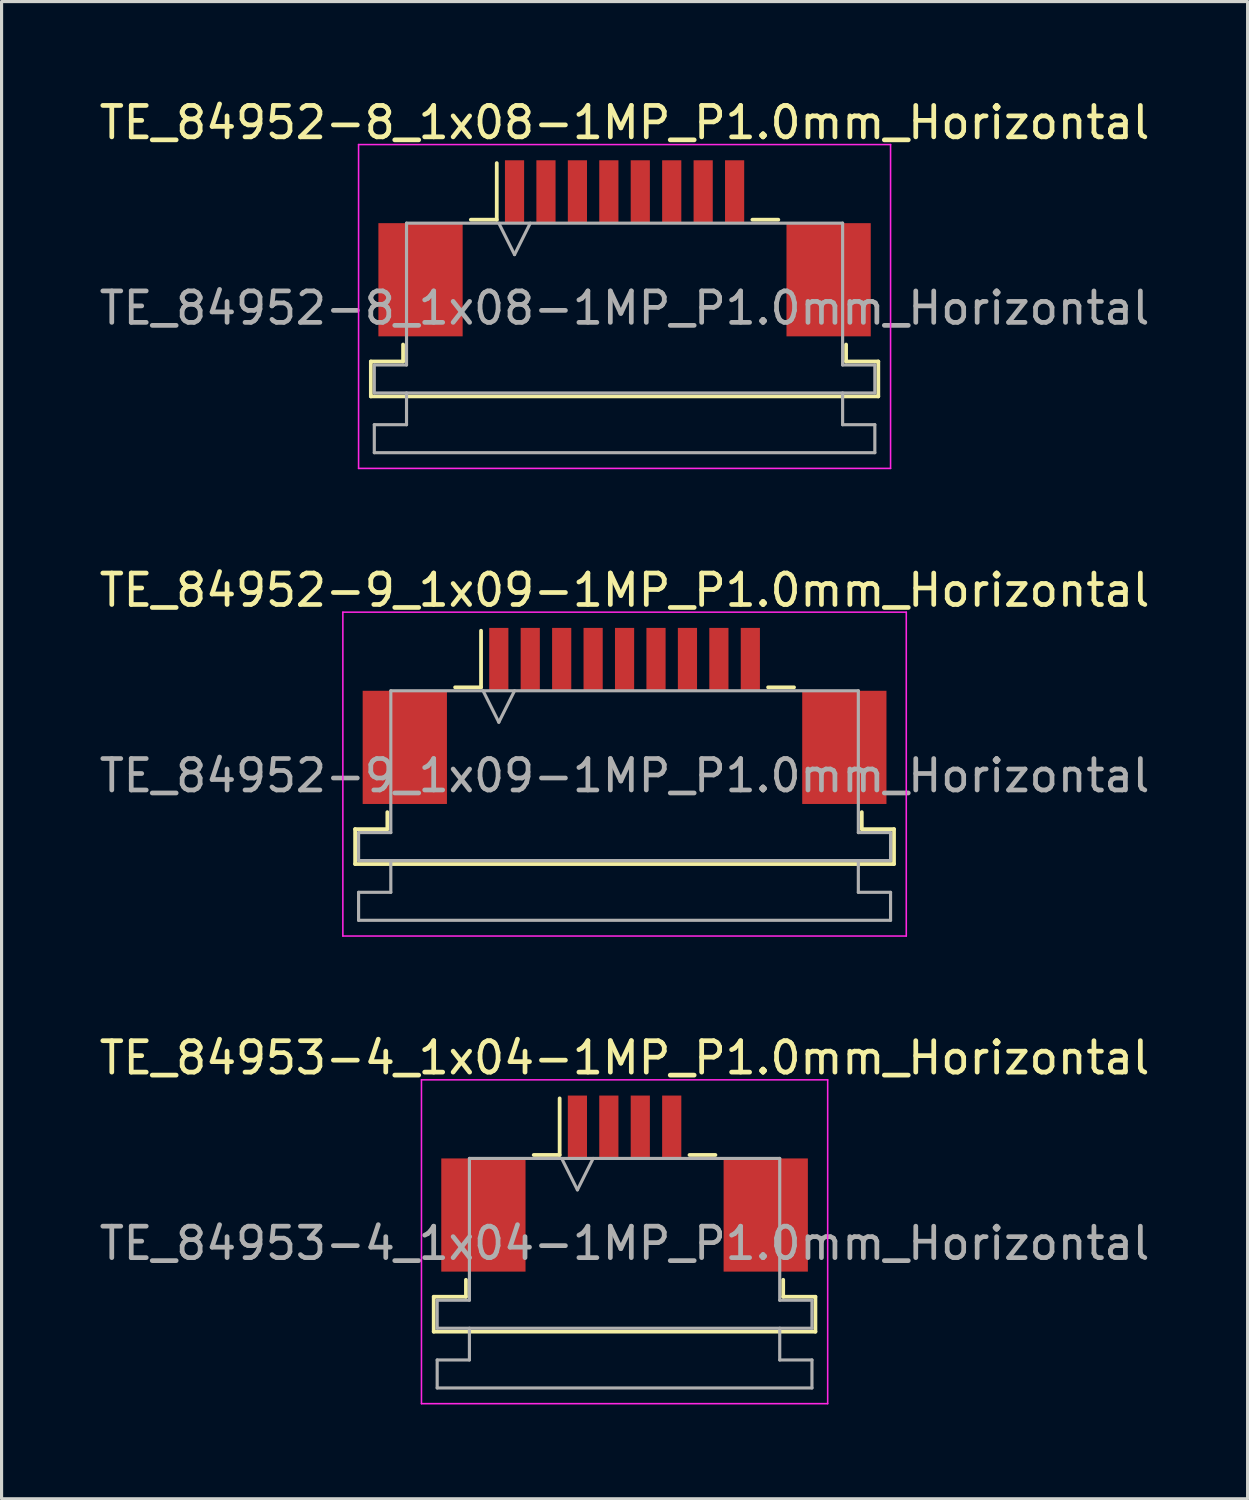
<source format=kicad_pcb>
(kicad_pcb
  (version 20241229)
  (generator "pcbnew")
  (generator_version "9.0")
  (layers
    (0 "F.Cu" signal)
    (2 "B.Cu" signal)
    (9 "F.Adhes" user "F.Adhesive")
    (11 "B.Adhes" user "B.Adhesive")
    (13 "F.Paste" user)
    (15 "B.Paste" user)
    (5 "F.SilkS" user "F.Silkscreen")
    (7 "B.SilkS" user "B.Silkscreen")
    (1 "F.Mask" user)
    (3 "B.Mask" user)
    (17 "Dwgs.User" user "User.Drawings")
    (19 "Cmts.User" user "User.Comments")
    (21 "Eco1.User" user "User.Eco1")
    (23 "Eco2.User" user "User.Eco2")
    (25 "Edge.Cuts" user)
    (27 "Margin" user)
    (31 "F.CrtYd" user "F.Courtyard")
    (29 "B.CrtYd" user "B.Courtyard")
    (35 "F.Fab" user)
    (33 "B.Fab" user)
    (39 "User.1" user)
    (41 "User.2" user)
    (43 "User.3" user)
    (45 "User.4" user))
  (footprint "TE_84952-9_1x09-1MP_P1.0mm_Horizontal"
    (layer "F.Cu")
    (at 16.815 19.721)
    (property "Reference" "TE_84952-9_1x09-1MP_P1.0mm_Horizontal" (at 0 -4 0) (layer "F.SilkS") (effects (font (size 1 1) (thickness 0.15))))
    (attr smd)
    (fp_line (start -8.57 3.6) (end -7.545 3.6) (stroke (width 0.12) (type solid)) (layer "F.SilkS"))
    (fp_line (start -8.57 4.71) (end -8.57 3.6) (stroke (width 0.12) (type solid)) (layer "F.SilkS"))
    (fp_line (start -7.545 3.6) (end -7.545 3.06) (stroke (width 0.12) (type solid)) (layer "F.SilkS"))
    (fp_line (start -5.39 -0.91) (end -4.565 -0.91) (stroke (width 0.12) (type solid)) (layer "F.SilkS"))
    (fp_line (start -4.565 -0.91) (end -4.565 -2.71) (stroke (width 0.12) (type solid)) (layer "F.SilkS"))
    (fp_line (start 4.565 -0.91) (end 5.39 -0.91) (stroke (width 0.12) (type solid)) (layer "F.SilkS"))
    (fp_line (start 7.545 3.06) (end 7.545 3.6) (stroke (width 0.12) (type solid)) (layer "F.SilkS"))
    (fp_line (start 7.545 3.6) (end 8.57 3.6) (stroke (width 0.12) (type solid)) (layer "F.SilkS"))
    (fp_line (start 8.57 3.6) (end 8.57 4.71) (stroke (width 0.12) (type solid)) (layer "F.SilkS"))
    (fp_line (start 8.57 4.71) (end -8.57 4.71) (stroke (width 0.12) (type solid)) (layer "F.SilkS"))
    (fp_line (start -8.96 -3.3) (end -8.96 7) (stroke (width 0.05) (type solid)) (layer "F.CrtYd"))
    (fp_line (start -8.96 7) (end 8.96 7) (stroke (width 0.05) (type solid)) (layer "F.CrtYd"))
    (fp_line (start 8.96 -3.3) (end -8.96 -3.3) (stroke (width 0.05) (type solid)) (layer "F.CrtYd"))
    (fp_line (start 8.96 7) (end 8.96 -3.3) (stroke (width 0.05) (type solid)) (layer "F.CrtYd"))
    (fp_line (start -8.46 3.71) (end -7.435 3.71) (stroke (width 0.1) (type solid)) (layer "F.Fab"))
    (fp_line (start -8.46 4.6) (end -8.46 3.71) (stroke (width 0.1) (type solid)) (layer "F.Fab"))
    (fp_line (start -8.46 5.61) (end -7.435 5.61) (stroke (width 0.1) (type solid)) (layer "F.Fab"))
    (fp_line (start -8.46 6.5) (end -8.46 5.61) (stroke (width 0.1) (type solid)) (layer "F.Fab"))
    (fp_line (start -7.435 -0.8) (end 7.435 -0.8) (stroke (width 0.1) (type solid)) (layer "F.Fab"))
    (fp_line (start -7.435 3.71) (end -7.435 -0.8) (stroke (width 0.1) (type solid)) (layer "F.Fab"))
    (fp_line (start -7.435 5.61) (end -7.435 4.6) (stroke (width 0.1) (type solid)) (layer "F.Fab"))
    (fp_line (start -4.5 -0.8) (end -4 0.2) (stroke (width 0.1) (type solid)) (layer "F.Fab"))
    (fp_line (start -4 0.2) (end -3.5 -0.8) (stroke (width 0.1) (type solid)) (layer "F.Fab"))
    (fp_line (start 7.435 -0.8) (end 7.435 3.71) (stroke (width 0.1) (type solid)) (layer "F.Fab"))
    (fp_line (start 7.435 3.71) (end 8.46 3.71) (stroke (width 0.1) (type solid)) (layer "F.Fab"))
    (fp_line (start 7.435 4.6) (end 7.435 5.61) (stroke (width 0.1) (type solid)) (layer "F.Fab"))
    (fp_line (start 7.435 5.61) (end 8.46 5.61) (stroke (width 0.1) (type solid)) (layer "F.Fab"))
    (fp_line (start 8.46 3.71) (end 8.46 4.6) (stroke (width 0.1) (type solid)) (layer "F.Fab"))
    (fp_line (start 8.46 4.6) (end -8.46 4.6) (stroke (width 0.1) (type solid)) (layer "F.Fab"))
    (fp_line (start 8.46 5.61) (end 8.46 6.5) (stroke (width 0.1) (type solid)) (layer "F.Fab"))
    (fp_line (start 8.46 6.5) (end -8.46 6.5) (stroke (width 0.1) (type solid)) (layer "F.Fab"))
    (fp_text user "${REFERENCE}" (at 0 1.9 0) (layer "F.Fab") (effects (font (size 1 1) (thickness 0.15))))
    (pad "1" smd rect (at -4 -1.8) (size 0.61 2) (layers "F.Cu" "F.Mask" "F.Paste"))
    (pad "2" smd rect (at -3 -1.8) (size 0.61 2) (layers "F.Cu" "F.Mask" "F.Paste"))
    (pad "3" smd rect (at -2 -1.8) (size 0.61 2) (layers "F.Cu" "F.Mask" "F.Paste"))
    (pad "4" smd rect (at -1 -1.8) (size 0.61 2) (layers "F.Cu" "F.Mask" "F.Paste"))
    (pad "5" smd rect (at 0 -1.8) (size 0.61 2) (layers "F.Cu" "F.Mask" "F.Paste"))
    (pad "6" smd rect (at 1 -1.8) (size 0.61 2) (layers "F.Cu" "F.Mask" "F.Paste"))
    (pad "7" smd rect (at 2 -1.8) (size 0.61 2) (layers "F.Cu" "F.Mask" "F.Paste"))
    (pad "8" smd rect (at 3 -1.8) (size 0.61 2) (layers "F.Cu" "F.Mask" "F.Paste"))
    (pad "9" smd rect (at 4 -1.8) (size 0.61 2) (layers "F.Cu" "F.Mask" "F.Paste"))
    (pad "MP" smd rect (at -6.99 1) (size 2.68 3.6) (layers "F.Cu" "F.Mask" "F.Paste"))
    (pad "MP" smd rect (at 6.99 1) (size 2.68 3.6) (layers "F.Cu" "F.Mask" "F.Paste")))
  (footprint "TE_84952-8_1x08-1MP_P1.0mm_Horizontal"
    (layer "F.Cu")
    (at 16.815 4.848)
    (property "Reference" "TE_84952-8_1x08-1MP_P1.0mm_Horizontal" (at 0 -4 0) (layer "F.SilkS") (effects (font (size 1 1) (thickness 0.15))))
    (attr smd)
    (fp_line (start -8.07 3.6) (end -7.045 3.6) (stroke (width 0.12) (type solid)) (layer "F.SilkS"))
    (fp_line (start -8.07 4.71) (end -8.07 3.6) (stroke (width 0.12) (type solid)) (layer "F.SilkS"))
    (fp_line (start -7.045 3.6) (end -7.045 3.06) (stroke (width 0.12) (type solid)) (layer "F.SilkS"))
    (fp_line (start -4.89 -0.91) (end -4.065 -0.91) (stroke (width 0.12) (type solid)) (layer "F.SilkS"))
    (fp_line (start -4.065 -0.91) (end -4.065 -2.71) (stroke (width 0.12) (type solid)) (layer "F.SilkS"))
    (fp_line (start 4.065 -0.91) (end 4.89 -0.91) (stroke (width 0.12) (type solid)) (layer "F.SilkS"))
    (fp_line (start 7.045 3.06) (end 7.045 3.6) (stroke (width 0.12) (type solid)) (layer "F.SilkS"))
    (fp_line (start 7.045 3.6) (end 8.07 3.6) (stroke (width 0.12) (type solid)) (layer "F.SilkS"))
    (fp_line (start 8.07 3.6) (end 8.07 4.71) (stroke (width 0.12) (type solid)) (layer "F.SilkS"))
    (fp_line (start 8.07 4.71) (end -8.07 4.71) (stroke (width 0.12) (type solid)) (layer "F.SilkS"))
    (fp_line (start -8.46 -3.3) (end -8.46 7) (stroke (width 0.05) (type solid)) (layer "F.CrtYd"))
    (fp_line (start -8.46 7) (end 8.46 7) (stroke (width 0.05) (type solid)) (layer "F.CrtYd"))
    (fp_line (start 8.46 -3.3) (end -8.46 -3.3) (stroke (width 0.05) (type solid)) (layer "F.CrtYd"))
    (fp_line (start 8.46 7) (end 8.46 -3.3) (stroke (width 0.05) (type solid)) (layer "F.CrtYd"))
    (fp_line (start -7.96 3.71) (end -6.935 3.71) (stroke (width 0.1) (type solid)) (layer "F.Fab"))
    (fp_line (start -7.96 4.6) (end -7.96 3.71) (stroke (width 0.1) (type solid)) (layer "F.Fab"))
    (fp_line (start -7.96 5.61) (end -6.935 5.61) (stroke (width 0.1) (type solid)) (layer "F.Fab"))
    (fp_line (start -7.96 6.5) (end -7.96 5.61) (stroke (width 0.1) (type solid)) (layer "F.Fab"))
    (fp_line (start -6.935 -0.8) (end 6.935 -0.8) (stroke (width 0.1) (type solid)) (layer "F.Fab"))
    (fp_line (start -6.935 3.71) (end -6.935 -0.8) (stroke (width 0.1) (type solid)) (layer "F.Fab"))
    (fp_line (start -6.935 5.61) (end -6.935 4.6) (stroke (width 0.1) (type solid)) (layer "F.Fab"))
    (fp_line (start -4 -0.8) (end -3.5 0.2) (stroke (width 0.1) (type solid)) (layer "F.Fab"))
    (fp_line (start -3.5 0.2) (end -3 -0.8) (stroke (width 0.1) (type solid)) (layer "F.Fab"))
    (fp_line (start 6.935 -0.8) (end 6.935 3.71) (stroke (width 0.1) (type solid)) (layer "F.Fab"))
    (fp_line (start 6.935 3.71) (end 7.96 3.71) (stroke (width 0.1) (type solid)) (layer "F.Fab"))
    (fp_line (start 6.935 4.6) (end 6.935 5.61) (stroke (width 0.1) (type solid)) (layer "F.Fab"))
    (fp_line (start 6.935 5.61) (end 7.96 5.61) (stroke (width 0.1) (type solid)) (layer "F.Fab"))
    (fp_line (start 7.96 3.71) (end 7.96 4.6) (stroke (width 0.1) (type solid)) (layer "F.Fab"))
    (fp_line (start 7.96 4.6) (end -7.96 4.6) (stroke (width 0.1) (type solid)) (layer "F.Fab"))
    (fp_line (start 7.96 5.61) (end 7.96 6.5) (stroke (width 0.1) (type solid)) (layer "F.Fab"))
    (fp_line (start 7.96 6.5) (end -7.96 6.5) (stroke (width 0.1) (type solid)) (layer "F.Fab"))
    (fp_text user "${REFERENCE}" (at 0 1.9 0) (layer "F.Fab") (effects (font (size 1 1) (thickness 0.15))))
    (pad "1" smd rect (at -3.5 -1.8) (size 0.61 2) (layers "F.Cu" "F.Mask" "F.Paste"))
    (pad "2" smd rect (at -2.5 -1.8) (size 0.61 2) (layers "F.Cu" "F.Mask" "F.Paste"))
    (pad "3" smd rect (at -1.5 -1.8) (size 0.61 2) (layers "F.Cu" "F.Mask" "F.Paste"))
    (pad "4" smd rect (at -0.5 -1.8) (size 0.61 2) (layers "F.Cu" "F.Mask" "F.Paste"))
    (pad "5" smd rect (at 0.5 -1.8) (size 0.61 2) (layers "F.Cu" "F.Mask" "F.Paste"))
    (pad "6" smd rect (at 1.5 -1.8) (size 0.61 2) (layers "F.Cu" "F.Mask" "F.Paste"))
    (pad "7" smd rect (at 2.5 -1.8) (size 0.61 2) (layers "F.Cu" "F.Mask" "F.Paste"))
    (pad "8" smd rect (at 3.5 -1.8) (size 0.61 2) (layers "F.Cu" "F.Mask" "F.Paste"))
    (pad "MP" smd rect (at -6.49 1) (size 2.68 3.6) (layers "F.Cu" "F.Mask" "F.Paste"))
    (pad "MP" smd rect (at 6.49 1) (size 2.68 3.6) (layers "F.Cu" "F.Mask" "F.Paste")))
  (footprint "TE_84953-4_1x04-1MP_P1.0mm_Horizontal"
    (layer "F.Cu")
    (at 16.815 34.595)
    (property "Reference" "TE_84953-4_1x04-1MP_P1.0mm_Horizontal" (at 0 -4 0) (layer "F.SilkS") (effects (font (size 1 1) (thickness 0.15))))
    (attr smd)
    (fp_line (start -6.07 3.6) (end -5.045 3.6) (stroke (width 0.12) (type solid)) (layer "F.SilkS"))
    (fp_line (start -6.07 4.71) (end -6.07 3.6) (stroke (width 0.12) (type solid)) (layer "F.SilkS"))
    (fp_line (start -5.045 3.6) (end -5.045 3.06) (stroke (width 0.12) (type solid)) (layer "F.SilkS"))
    (fp_line (start -2.89 -0.91) (end -2.065 -0.91) (stroke (width 0.12) (type solid)) (layer "F.SilkS"))
    (fp_line (start -2.065 -0.91) (end -2.065 -2.71) (stroke (width 0.12) (type solid)) (layer "F.SilkS"))
    (fp_line (start 2.065 -0.91) (end 2.89 -0.91) (stroke (width 0.12) (type solid)) (layer "F.SilkS"))
    (fp_line (start 5.045 3.06) (end 5.045 3.6) (stroke (width 0.12) (type solid)) (layer "F.SilkS"))
    (fp_line (start 5.045 3.6) (end 6.07 3.6) (stroke (width 0.12) (type solid)) (layer "F.SilkS"))
    (fp_line (start 6.07 3.6) (end 6.07 4.71) (stroke (width 0.12) (type solid)) (layer "F.SilkS"))
    (fp_line (start 6.07 4.71) (end -6.07 4.71) (stroke (width 0.12) (type solid)) (layer "F.SilkS"))
    (fp_line (start -6.46 -3.3) (end -6.46 7) (stroke (width 0.05) (type solid)) (layer "F.CrtYd"))
    (fp_line (start -6.46 7) (end 6.46 7) (stroke (width 0.05) (type solid)) (layer "F.CrtYd"))
    (fp_line (start 6.46 -3.3) (end -6.46 -3.3) (stroke (width 0.05) (type solid)) (layer "F.CrtYd"))
    (fp_line (start 6.46 7) (end 6.46 -3.3) (stroke (width 0.05) (type solid)) (layer "F.CrtYd"))
    (fp_line (start -5.96 3.71) (end -4.935 3.71) (stroke (width 0.1) (type solid)) (layer "F.Fab"))
    (fp_line (start -5.96 4.6) (end -5.96 3.71) (stroke (width 0.1) (type solid)) (layer "F.Fab"))
    (fp_line (start -5.96 5.61) (end -4.935 5.61) (stroke (width 0.1) (type solid)) (layer "F.Fab"))
    (fp_line (start -5.96 6.5) (end -5.96 5.61) (stroke (width 0.1) (type solid)) (layer "F.Fab"))
    (fp_line (start -4.935 -0.8) (end 4.935 -0.8) (stroke (width 0.1) (type solid)) (layer "F.Fab"))
    (fp_line (start -4.935 3.71) (end -4.935 -0.8) (stroke (width 0.1) (type solid)) (layer "F.Fab"))
    (fp_line (start -4.935 5.61) (end -4.935 4.6) (stroke (width 0.1) (type solid)) (layer "F.Fab"))
    (fp_line (start -2 -0.8) (end -1.5 0.2) (stroke (width 0.1) (type solid)) (layer "F.Fab"))
    (fp_line (start -1.5 0.2) (end -1 -0.8) (stroke (width 0.1) (type solid)) (layer "F.Fab"))
    (fp_line (start 4.935 -0.8) (end 4.935 3.71) (stroke (width 0.1) (type solid)) (layer "F.Fab"))
    (fp_line (start 4.935 3.71) (end 5.96 3.71) (stroke (width 0.1) (type solid)) (layer "F.Fab"))
    (fp_line (start 4.935 4.6) (end 4.935 5.61) (stroke (width 0.1) (type solid)) (layer "F.Fab"))
    (fp_line (start 4.935 5.61) (end 5.96 5.61) (stroke (width 0.1) (type solid)) (layer "F.Fab"))
    (fp_line (start 5.96 3.71) (end 5.96 4.6) (stroke (width 0.1) (type solid)) (layer "F.Fab"))
    (fp_line (start 5.96 4.6) (end -5.96 4.6) (stroke (width 0.1) (type solid)) (layer "F.Fab"))
    (fp_line (start 5.96 5.61) (end 5.96 6.5) (stroke (width 0.1) (type solid)) (layer "F.Fab"))
    (fp_line (start 5.96 6.5) (end -5.96 6.5) (stroke (width 0.1) (type solid)) (layer "F.Fab"))
    (fp_text user "${REFERENCE}" (at 0 1.9 0) (layer "F.Fab") (effects (font (size 1 1) (thickness 0.15))))
    (pad "1" smd rect (at -1.5 -1.8) (size 0.61 2) (layers "F.Cu" "F.Mask" "F.Paste"))
    (pad "2" smd rect (at -0.5 -1.8) (size 0.61 2) (layers "F.Cu" "F.Mask" "F.Paste"))
    (pad "3" smd rect (at 0.5 -1.8) (size 0.61 2) (layers "F.Cu" "F.Mask" "F.Paste"))
    (pad "4" smd rect (at 1.5 -1.8) (size 0.61 2) (layers "F.Cu" "F.Mask" "F.Paste"))
    (pad "MP" smd rect (at -4.49 1) (size 2.68 3.6) (layers "F.Cu" "F.Mask" "F.Paste"))
    (pad "MP" smd rect (at 4.49 1) (size 2.68 3.6) (layers "F.Cu" "F.Mask" "F.Paste")))
  (gr_rect
    (start -3 -3)
    (end 36.631 44.62)
    (stroke (width 0.1) (type default))
    (fill no)
    (layer "Edge.Cuts")))
</source>
